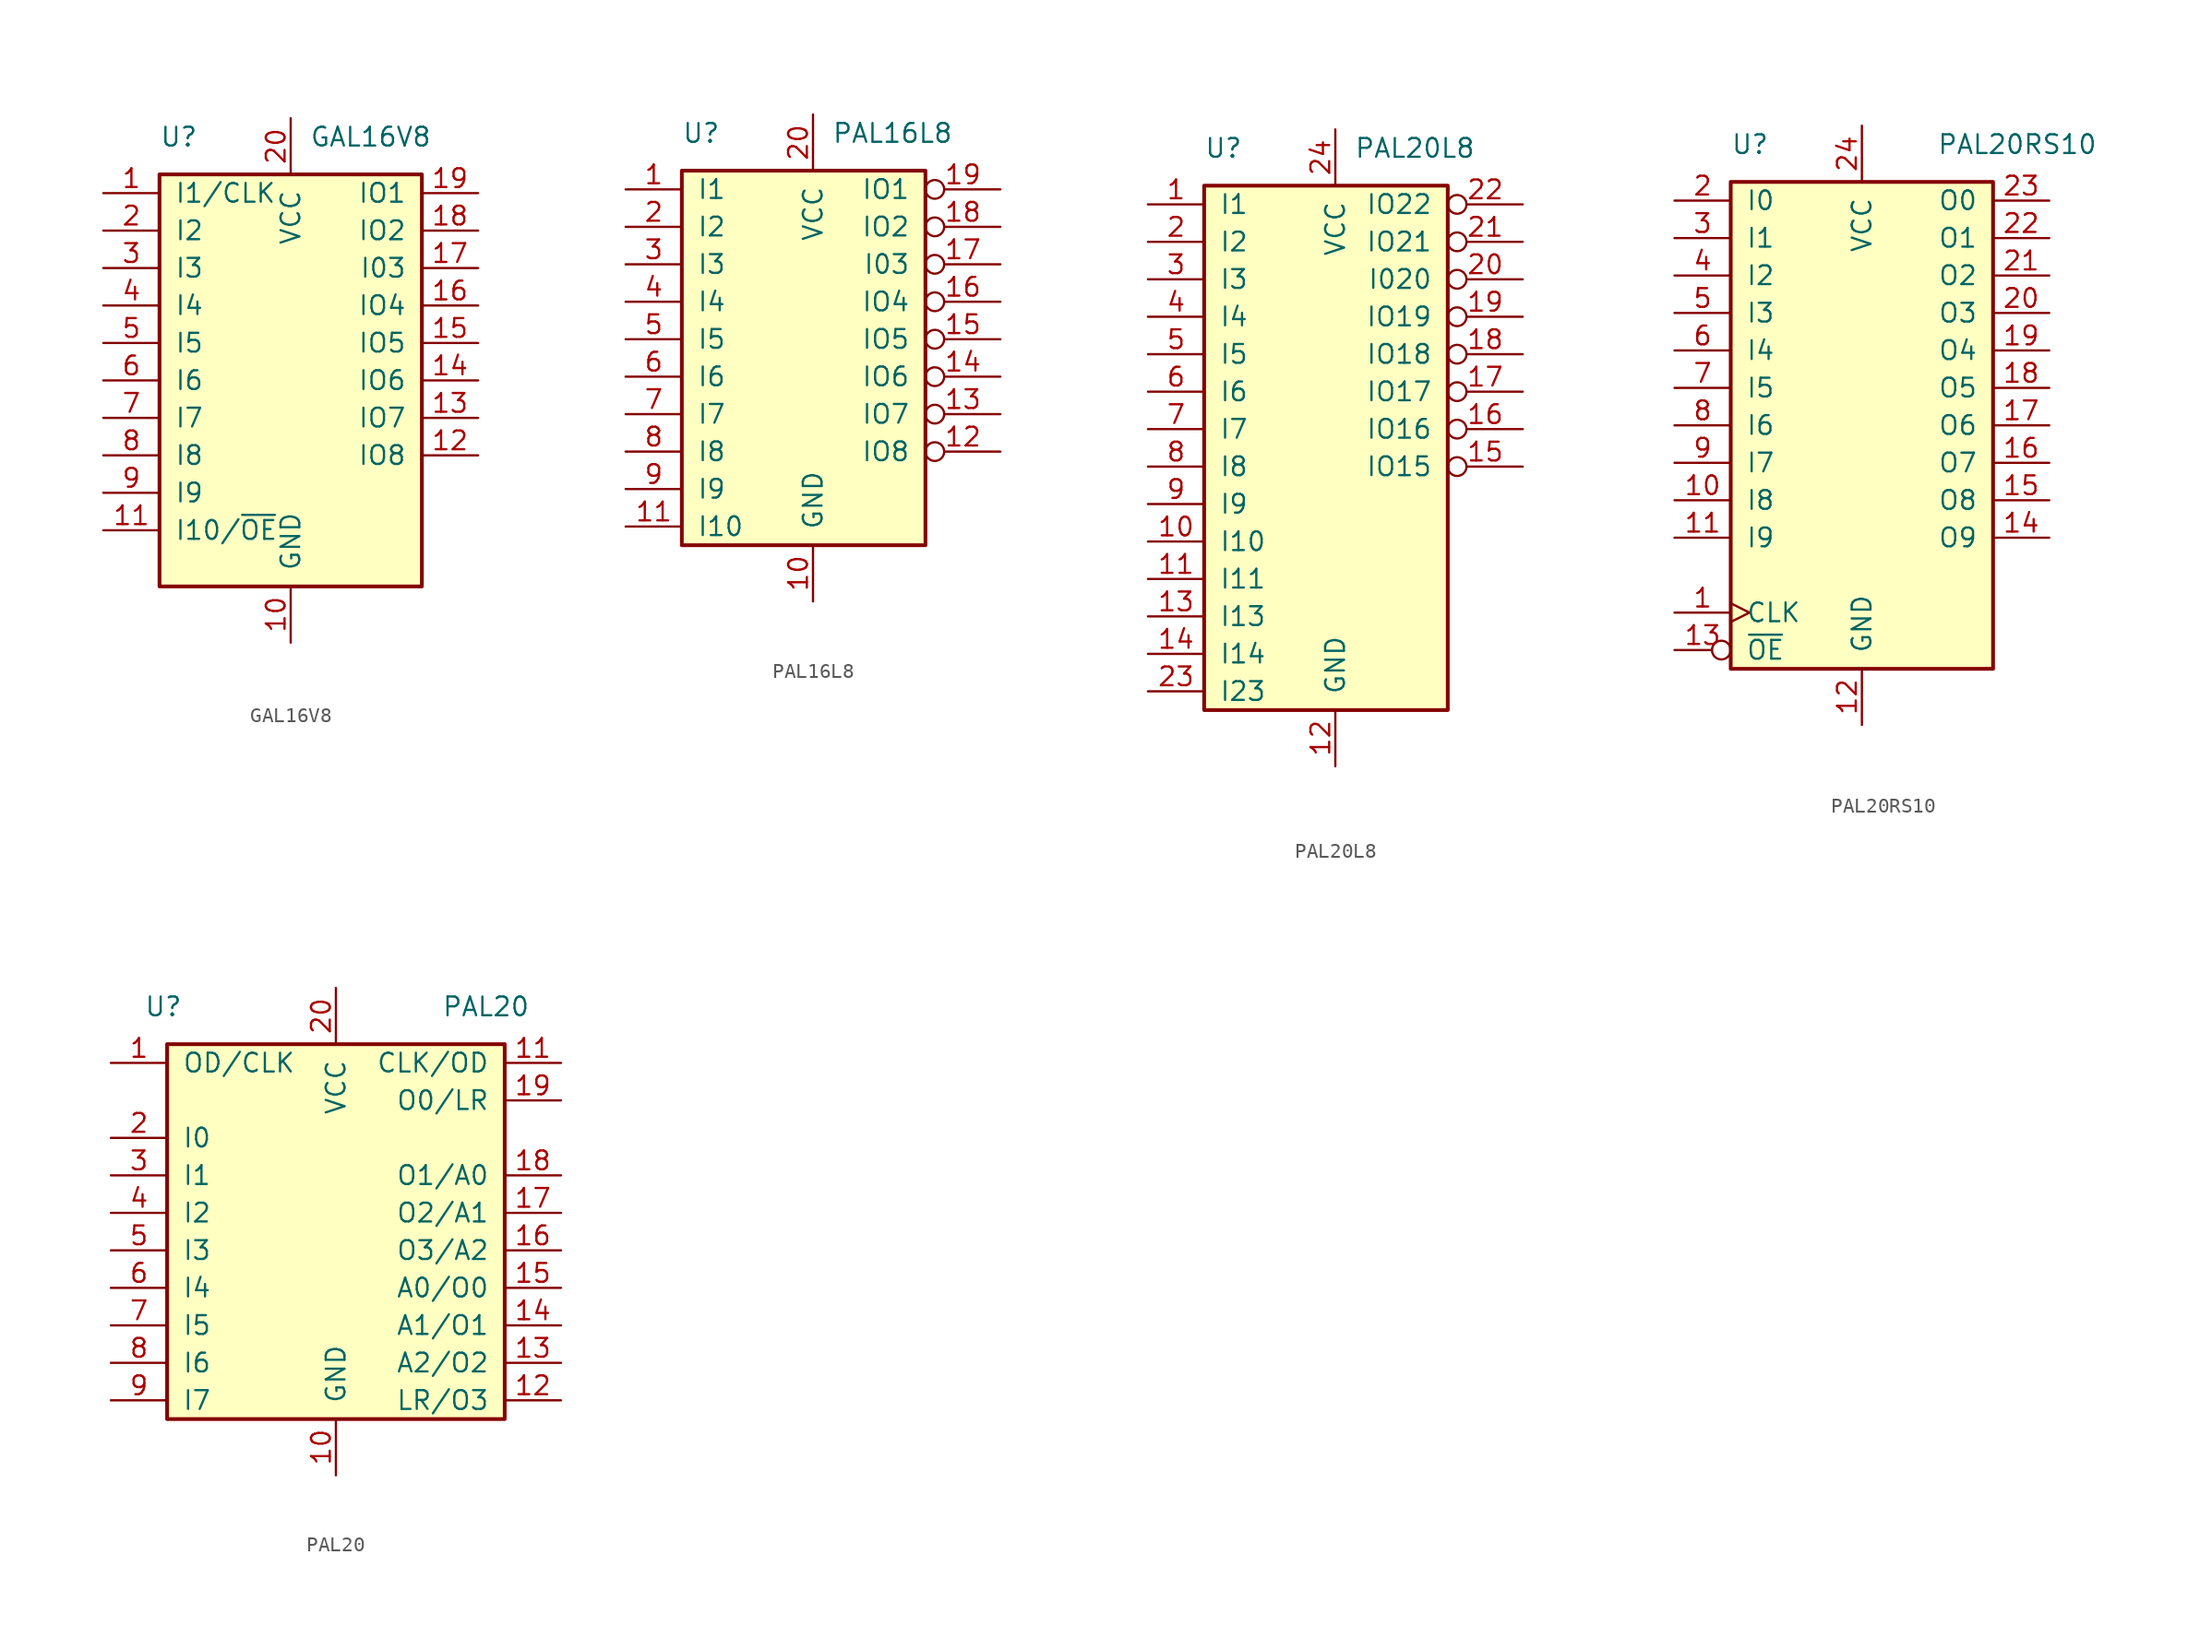
<source format=kicad_sym>
(kicad_symbol_lib
  (version 20241209)
  (generator "kicad_symbol_editor")
  (generator_version "9.0")
  (symbol "GAL16V8"
    (pin_names
      (offset 1.016))
    (property "Reference" "U"
      (at -8.89 16.51 0)
      (effects (font (size 1.27 1.27)) (justify left)))
    (property "Value" "GAL16V8"
      (at 1.27 16.51 0)
      (effects (font (size 1.27 1.27)) (justify left)))
    (symbol "GAL16V8_0_0"
      (pin power_in line (at 0 17.78 270) (length 3.81) (name "VCC" (effects (font (size 1.27 1.27)))) (number "20" (effects (font (size 1.27 1.27)))))
      (pin power_in line (at 0 -17.78 90) (length 3.81) (name "GND" (effects (font (size 1.27 1.27)))) (number "10" (effects (font (size 1.27 1.27))))))
    (symbol "GAL16V8_0_1"
      (rectangle (start -8.89 13.97) (end 8.89 -13.97) (stroke (width 0.254) (type default)) (fill (type background))))
    (symbol "GAL16V8_1_1"
      (pin input line (at -12.7 12.7 0) (length 3.81) (name "I1/CLK" (effects (font (size 1.27 1.27)))) (number "1" (effects (font (size 1.27 1.27)))))
      (pin input line (at -12.7 10.16 0) (length 3.81) (name "I2" (effects (font (size 1.27 1.27)))) (number "2" (effects (font (size 1.27 1.27)))))
      (pin input line (at -12.7 7.62 0) (length 3.81) (name "I3" (effects (font (size 1.27 1.27)))) (number "3" (effects (font (size 1.27 1.27)))))
      (pin input line (at -12.7 5.08 0) (length 3.81) (name "I4" (effects (font (size 1.27 1.27)))) (number "4" (effects (font (size 1.27 1.27)))))
      (pin input line (at -12.7 2.54 0) (length 3.81) (name "I5" (effects (font (size 1.27 1.27)))) (number "5" (effects (font (size 1.27 1.27)))))
      (pin input line (at -12.7 0 0) (length 3.81) (name "I6" (effects (font (size 1.27 1.27)))) (number "6" (effects (font (size 1.27 1.27)))))
      (pin input line (at -12.7 -2.54 0) (length 3.81) (name "I7" (effects (font (size 1.27 1.27)))) (number "7" (effects (font (size 1.27 1.27)))))
      (pin input line (at -12.7 -5.08 0) (length 3.81) (name "I8" (effects (font (size 1.27 1.27)))) (number "8" (effects (font (size 1.27 1.27)))))
      (pin input line (at -12.7 -7.62 0) (length 3.81) (name "I9" (effects (font (size 1.27 1.27)))) (number "9" (effects (font (size 1.27 1.27)))))
      (pin input line (at -12.7 -10.16 0) (length 3.81) (name "I10/~{OE}" (effects (font (size 1.27 1.27)))) (number "11" (effects (font (size 1.27 1.27)))))
      (pin tri_state line (at 12.7 12.7 180) (length 3.81) (name "IO1" (effects (font (size 1.27 1.27)))) (number "19" (effects (font (size 1.27 1.27)))))
      (pin tri_state line (at 12.7 10.16 180) (length 3.81) (name "IO2" (effects (font (size 1.27 1.27)))) (number "18" (effects (font (size 1.27 1.27)))))
      (pin tri_state line (at 12.7 7.62 180) (length 3.81) (name "I03" (effects (font (size 1.27 1.27)))) (number "17" (effects (font (size 1.27 1.27)))))
      (pin tri_state line (at 12.7 5.08 180) (length 3.81) (name "IO4" (effects (font (size 1.27 1.27)))) (number "16" (effects (font (size 1.27 1.27)))))
      (pin tri_state line (at 12.7 2.54 180) (length 3.81) (name "IO5" (effects (font (size 1.27 1.27)))) (number "15" (effects (font (size 1.27 1.27)))))
      (pin tri_state line (at 12.7 0 180) (length 3.81) (name "IO6" (effects (font (size 1.27 1.27)))) (number "14" (effects (font (size 1.27 1.27)))))
      (pin tri_state line (at 12.7 -2.54 180) (length 3.81) (name "IO7" (effects (font (size 1.27 1.27)))) (number "13" (effects (font (size 1.27 1.27)))))
      (pin tri_state line (at 12.7 -5.08 180) (length 3.81) (name "IO8" (effects (font (size 1.27 1.27)))) (number "12" (effects (font (size 1.27 1.27)))))))
  (symbol "PAL16L8"
    (pin_names
      (offset 1.016))
    (property "Reference" "U"
      (at -8.89 16.51 0)
      (effects (font (size 1.27 1.27)) (justify left)))
    (property "Value" "PAL16L8"
      (at 1.27 16.51 0)
      (effects (font (size 1.27 1.27)) (justify left)))
    (symbol "PAL16L8_0_0"
      (pin power_in line (at 0 17.78 270) (length 3.81) (name "VCC" (effects (font (size 1.27 1.27)))) (number "20" (effects (font (size 1.27 1.27)))))
      (pin power_in line (at 0 -15.24 90) (length 3.81) (name "GND" (effects (font (size 1.27 1.27)))) (number "10" (effects (font (size 1.27 1.27))))))
    (symbol "PAL16L8_0_1"
      (rectangle (start -8.89 13.97) (end 7.62 -11.43) (stroke (width 0.254) (type default)) (fill (type background))))
    (symbol "PAL16L8_1_1"
      (pin input line (at -12.7 12.7 0) (length 3.81) (name "I1" (effects (font (size 1.27 1.27)))) (number "1" (effects (font (size 1.27 1.27)))))
      (pin input line (at -12.7 10.16 0) (length 3.81) (name "I2" (effects (font (size 1.27 1.27)))) (number "2" (effects (font (size 1.27 1.27)))))
      (pin input line (at -12.7 7.62 0) (length 3.81) (name "I3" (effects (font (size 1.27 1.27)))) (number "3" (effects (font (size 1.27 1.27)))))
      (pin input line (at -12.7 5.08 0) (length 3.81) (name "I4" (effects (font (size 1.27 1.27)))) (number "4" (effects (font (size 1.27 1.27)))))
      (pin input line (at -12.7 2.54 0) (length 3.81) (name "I5" (effects (font (size 1.27 1.27)))) (number "5" (effects (font (size 1.27 1.27)))))
      (pin input line (at -12.7 0 0) (length 3.81) (name "I6" (effects (font (size 1.27 1.27)))) (number "6" (effects (font (size 1.27 1.27)))))
      (pin input line (at -12.7 -2.54 0) (length 3.81) (name "I7" (effects (font (size 1.27 1.27)))) (number "7" (effects (font (size 1.27 1.27)))))
      (pin input line (at -12.7 -5.08 0) (length 3.81) (name "I8" (effects (font (size 1.27 1.27)))) (number "8" (effects (font (size 1.27 1.27)))))
      (pin input line (at -12.7 -7.62 0) (length 3.81) (name "I9" (effects (font (size 1.27 1.27)))) (number "9" (effects (font (size 1.27 1.27)))))
      (pin input line (at -12.7 -10.16 0) (length 3.81) (name "I10" (effects (font (size 1.27 1.27)))) (number "11" (effects (font (size 1.27 1.27)))))
      (pin tri_state inverted (at 12.7 12.7 180) (length 5.08) (name "IO1" (effects (font (size 1.27 1.27)))) (number "19" (effects (font (size 1.27 1.27)))))
      (pin tri_state inverted (at 12.7 10.16 180) (length 5.08) (name "IO2" (effects (font (size 1.27 1.27)))) (number "18" (effects (font (size 1.27 1.27)))))
      (pin tri_state inverted (at 12.7 7.62 180) (length 5.08) (name "I03" (effects (font (size 1.27 1.27)))) (number "17" (effects (font (size 1.27 1.27)))))
      (pin tri_state inverted (at 12.7 5.08 180) (length 5.08) (name "IO4" (effects (font (size 1.27 1.27)))) (number "16" (effects (font (size 1.27 1.27)))))
      (pin tri_state inverted (at 12.7 2.54 180) (length 5.08) (name "IO5" (effects (font (size 1.27 1.27)))) (number "15" (effects (font (size 1.27 1.27)))))
      (pin tri_state inverted (at 12.7 0 180) (length 5.08) (name "IO6" (effects (font (size 1.27 1.27)))) (number "14" (effects (font (size 1.27 1.27)))))
      (pin tri_state inverted (at 12.7 -2.54 180) (length 5.08) (name "IO7" (effects (font (size 1.27 1.27)))) (number "13" (effects (font (size 1.27 1.27)))))
      (pin tri_state inverted (at 12.7 -5.08 180) (length 5.08) (name "IO8" (effects (font (size 1.27 1.27)))) (number "12" (effects (font (size 1.27 1.27)))))))
  (symbol "PAL20L8"
    (pin_names
      (offset 1.016))
    (property "Reference" "U"
      (at -8.89 21.59 0)
      (effects (font (size 1.27 1.27)) (justify left)))
    (property "Value" "PAL20L8"
      (at 1.27 21.59 0)
      (effects (font (size 1.27 1.27)) (justify left)))
    (symbol "PAL20L8_0_0"
      (pin power_in line (at 0 22.86 270) (length 3.81) (name "VCC" (effects (font (size 1.27 1.27)))) (number "24" (effects (font (size 1.27 1.27)))))
      (pin power_in line (at 0 -20.32 90) (length 3.81) (name "GND" (effects (font (size 1.27 1.27)))) (number "12" (effects (font (size 1.27 1.27))))))
    (symbol "PAL20L8_0_1"
      (rectangle (start -8.89 19.05) (end 7.62 -16.51) (stroke (width 0.254) (type default)) (fill (type background))))
    (symbol "PAL20L8_1_1"
      (pin input line (at -12.7 17.78 0) (length 3.81) (name "I1" (effects (font (size 1.27 1.27)))) (number "1" (effects (font (size 1.27 1.27)))))
      (pin input line (at -12.7 15.24 0) (length 3.81) (name "I2" (effects (font (size 1.27 1.27)))) (number "2" (effects (font (size 1.27 1.27)))))
      (pin input line (at -12.7 12.7 0) (length 3.81) (name "I3" (effects (font (size 1.27 1.27)))) (number "3" (effects (font (size 1.27 1.27)))))
      (pin input line (at -12.7 10.16 0) (length 3.81) (name "I4" (effects (font (size 1.27 1.27)))) (number "4" (effects (font (size 1.27 1.27)))))
      (pin input line (at -12.7 7.62 0) (length 3.81) (name "I5" (effects (font (size 1.27 1.27)))) (number "5" (effects (font (size 1.27 1.27)))))
      (pin input line (at -12.7 5.08 0) (length 3.81) (name "I6" (effects (font (size 1.27 1.27)))) (number "6" (effects (font (size 1.27 1.27)))))
      (pin input line (at -12.7 2.54 0) (length 3.81) (name "I7" (effects (font (size 1.27 1.27)))) (number "7" (effects (font (size 1.27 1.27)))))
      (pin input line (at -12.7 0 0) (length 3.81) (name "I8" (effects (font (size 1.27 1.27)))) (number "8" (effects (font (size 1.27 1.27)))))
      (pin input line (at -12.7 -2.54 0) (length 3.81) (name "I9" (effects (font (size 1.27 1.27)))) (number "9" (effects (font (size 1.27 1.27)))))
      (pin input line (at -12.7 -5.08 0) (length 3.81) (name "I10" (effects (font (size 1.27 1.27)))) (number "10" (effects (font (size 1.27 1.27)))))
      (pin input line (at -12.7 -7.62 0) (length 3.81) (name "I11" (effects (font (size 1.27 1.27)))) (number "11" (effects (font (size 1.27 1.27)))))
      (pin input line (at -12.7 -10.16 0) (length 3.81) (name "I13" (effects (font (size 1.27 1.27)))) (number "13" (effects (font (size 1.27 1.27)))))
      (pin input line (at -12.7 -12.7 0) (length 3.81) (name "I14" (effects (font (size 1.27 1.27)))) (number "14" (effects (font (size 1.27 1.27)))))
      (pin input line (at -12.7 -15.24 0) (length 3.81) (name "I23" (effects (font (size 1.27 1.27)))) (number "23" (effects (font (size 1.27 1.27)))))
      (pin tri_state inverted (at 12.7 17.78 180) (length 5.08) (name "IO22" (effects (font (size 1.27 1.27)))) (number "22" (effects (font (size 1.27 1.27)))))
      (pin tri_state inverted (at 12.7 15.24 180) (length 5.08) (name "IO21" (effects (font (size 1.27 1.27)))) (number "21" (effects (font (size 1.27 1.27)))))
      (pin tri_state inverted (at 12.7 12.7 180) (length 5.08) (name "I020" (effects (font (size 1.27 1.27)))) (number "20" (effects (font (size 1.27 1.27)))))
      (pin tri_state inverted (at 12.7 10.16 180) (length 5.08) (name "IO19" (effects (font (size 1.27 1.27)))) (number "19" (effects (font (size 1.27 1.27)))))
      (pin tri_state inverted (at 12.7 7.62 180) (length 5.08) (name "IO18" (effects (font (size 1.27 1.27)))) (number "18" (effects (font (size 1.27 1.27)))))
      (pin tri_state inverted (at 12.7 5.08 180) (length 5.08) (name "IO17" (effects (font (size 1.27 1.27)))) (number "17" (effects (font (size 1.27 1.27)))))
      (pin tri_state inverted (at 12.7 2.54 180) (length 5.08) (name "IO16" (effects (font (size 1.27 1.27)))) (number "16" (effects (font (size 1.27 1.27)))))
      (pin tri_state inverted (at 12.7 0 180) (length 5.08) (name "IO15" (effects (font (size 1.27 1.27)))) (number "15" (effects (font (size 1.27 1.27)))))))
  (symbol "PAL20RS10"
    (pin_names
      (offset 1.016))
    (property "Reference" "U"
      (at -8.89 19.05 0)
      (effects (font (size 1.27 1.27)) (justify left)))
    (property "Value" "PAL20RS10"
      (at 5.08 19.05 0)
      (effects (font (size 1.27 1.27)) (justify left)))
    (symbol "PAL20RS10_0_1"
      (rectangle (start -8.89 -16.51) (end 8.89 16.51) (stroke (width 0.254) (type default)) (fill (type background))))
    (symbol "PAL20RS10_1_1"
      (pin input line (at -12.7 15.24 0) (length 3.81) (name "I0" (effects (font (size 1.27 1.27)))) (number "2" (effects (font (size 1.27 1.27)))))
      (pin input line (at -12.7 12.7 0) (length 3.81) (name "I1" (effects (font (size 1.27 1.27)))) (number "3" (effects (font (size 1.27 1.27)))))
      (pin input line (at -12.7 10.16 0) (length 3.81) (name "I2" (effects (font (size 1.27 1.27)))) (number "4" (effects (font (size 1.27 1.27)))))
      (pin input line (at -12.7 7.62 0) (length 3.81) (name "I3" (effects (font (size 1.27 1.27)))) (number "5" (effects (font (size 1.27 1.27)))))
      (pin input line (at -12.7 5.08 0) (length 3.81) (name "I4" (effects (font (size 1.27 1.27)))) (number "6" (effects (font (size 1.27 1.27)))))
      (pin input line (at -12.7 2.54 0) (length 3.81) (name "I5" (effects (font (size 1.27 1.27)))) (number "7" (effects (font (size 1.27 1.27)))))
      (pin input line (at -12.7 0 0) (length 3.81) (name "I6" (effects (font (size 1.27 1.27)))) (number "8" (effects (font (size 1.27 1.27)))))
      (pin input line (at -12.7 -2.54 0) (length 3.81) (name "I7" (effects (font (size 1.27 1.27)))) (number "9" (effects (font (size 1.27 1.27)))))
      (pin input line (at -12.7 -5.08 0) (length 3.81) (name "I8" (effects (font (size 1.27 1.27)))) (number "10" (effects (font (size 1.27 1.27)))))
      (pin input line (at -12.7 -7.62 0) (length 3.81) (name "I9" (effects (font (size 1.27 1.27)))) (number "11" (effects (font (size 1.27 1.27)))))
      (pin input clock (at -12.7 -12.7 0) (length 3.81) (name "CLK" (effects (font (size 1.27 1.27)))) (number "1" (effects (font (size 1.27 1.27)))))
      (pin input inverted (at -12.7 -15.24 0) (length 3.81) (name "~{OE}" (effects (font (size 1.27 1.27)))) (number "13" (effects (font (size 1.27 1.27)))))
      (pin power_in line (at 0 20.32 270) (length 3.81) (name "VCC" (effects (font (size 1.27 1.27)))) (number "24" (effects (font (size 1.27 1.27)))))
      (pin power_in line (at 0 -20.32 90) (length 3.81) (name "GND" (effects (font (size 1.27 1.27)))) (number "12" (effects (font (size 1.27 1.27)))))
      (pin output line (at 12.7 15.24 180) (length 3.81) (name "O0" (effects (font (size 1.27 1.27)))) (number "23" (effects (font (size 1.27 1.27)))))
      (pin output line (at 12.7 12.7 180) (length 3.81) (name "O1" (effects (font (size 1.27 1.27)))) (number "22" (effects (font (size 1.27 1.27)))))
      (pin output line (at 12.7 10.16 180) (length 3.81) (name "O2" (effects (font (size 1.27 1.27)))) (number "21" (effects (font (size 1.27 1.27)))))
      (pin output line (at 12.7 7.62 180) (length 3.81) (name "O3" (effects (font (size 1.27 1.27)))) (number "20" (effects (font (size 1.27 1.27)))))
      (pin output line (at 12.7 5.08 180) (length 3.81) (name "O4" (effects (font (size 1.27 1.27)))) (number "19" (effects (font (size 1.27 1.27)))))
      (pin output line (at 12.7 2.54 180) (length 3.81) (name "O5" (effects (font (size 1.27 1.27)))) (number "18" (effects (font (size 1.27 1.27)))))
      (pin output line (at 12.7 0 180) (length 3.81) (name "O6" (effects (font (size 1.27 1.27)))) (number "17" (effects (font (size 1.27 1.27)))))
      (pin output line (at 12.7 -2.54 180) (length 3.81) (name "O7" (effects (font (size 1.27 1.27)))) (number "16" (effects (font (size 1.27 1.27)))))
      (pin output line (at 12.7 -5.08 180) (length 3.81) (name "O8" (effects (font (size 1.27 1.27)))) (number "15" (effects (font (size 1.27 1.27)))))
      (pin output line (at 12.7 -7.62 180) (length 3.81) (name "O9" (effects (font (size 1.27 1.27)))) (number "14" (effects (font (size 1.27 1.27)))))))
  (symbol "PAL20"
    (pin_names
      (offset 1.016))
    (property "Reference" "U"
      (at -11.684 16.51 0)
      (effects (font (size 1.27 1.27))))
    (property "Value" "PAL20"
      (at 10.16 16.51 0)
      (effects (font (size 1.27 1.27))))
    (symbol "PAL20_0_1"
      (rectangle (start -11.43 -11.43) (end 11.43 13.97) (stroke (width 0.254) (type default)) (fill (type background))))
    (symbol "PAL20_1_1"
      (pin passive line (at -15.24 12.7 0) (length 3.81) (name "OD/CLK" (effects (font (size 1.27 1.27)))) (number "1" (effects (font (size 1.27 1.27)))))
      (pin passive line (at -15.24 7.62 0) (length 3.81) (name "I0" (effects (font (size 1.27 1.27)))) (number "2" (effects (font (size 1.27 1.27)))))
      (pin passive line (at -15.24 5.08 0) (length 3.81) (name "I1" (effects (font (size 1.27 1.27)))) (number "3" (effects (font (size 1.27 1.27)))))
      (pin passive line (at -15.24 2.54 0) (length 3.81) (name "I2" (effects (font (size 1.27 1.27)))) (number "4" (effects (font (size 1.27 1.27)))))
      (pin passive line (at -15.24 0 0) (length 3.81) (name "I3" (effects (font (size 1.27 1.27)))) (number "5" (effects (font (size 1.27 1.27)))))
      (pin passive line (at -15.24 -2.54 0) (length 3.81) (name "I4" (effects (font (size 1.27 1.27)))) (number "6" (effects (font (size 1.27 1.27)))))
      (pin passive line (at -15.24 -5.08 0) (length 3.81) (name "I5" (effects (font (size 1.27 1.27)))) (number "7" (effects (font (size 1.27 1.27)))))
      (pin passive line (at -15.24 -7.62 0) (length 3.81) (name "I6" (effects (font (size 1.27 1.27)))) (number "8" (effects (font (size 1.27 1.27)))))
      (pin passive line (at -15.24 -10.16 0) (length 3.81) (name "I7" (effects (font (size 1.27 1.27)))) (number "9" (effects (font (size 1.27 1.27)))))
      (pin passive line (at 0 17.78 270) (length 3.81) (name "VCC" (effects (font (size 1.27 1.27)))) (number "20" (effects (font (size 1.27 1.27)))))
      (pin passive line (at 0 -15.24 90) (length 3.81) (name "GND" (effects (font (size 1.27 1.27)))) (number "10" (effects (font (size 1.27 1.27)))))
      (pin passive line (at 15.24 12.7 180) (length 3.81) (name "CLK/OD" (effects (font (size 1.27 1.27)))) (number "11" (effects (font (size 1.27 1.27)))))
      (pin passive line (at 15.24 10.16 180) (length 3.81) (name "O0/LR" (effects (font (size 1.27 1.27)))) (number "19" (effects (font (size 1.27 1.27)))))
      (pin passive line (at 15.24 5.08 180) (length 3.81) (name "O1/A0" (effects (font (size 1.27 1.27)))) (number "18" (effects (font (size 1.27 1.27)))))
      (pin passive line (at 15.24 2.54 180) (length 3.81) (name "O2/A1" (effects (font (size 1.27 1.27)))) (number "17" (effects (font (size 1.27 1.27)))))
      (pin passive line (at 15.24 0 180) (length 3.81) (name "O3/A2" (effects (font (size 1.27 1.27)))) (number "16" (effects (font (size 1.27 1.27)))))
      (pin passive line (at 15.24 -2.54 180) (length 3.81) (name "A0/O0" (effects (font (size 1.27 1.27)))) (number "15" (effects (font (size 1.27 1.27)))))
      (pin passive line (at 15.24 -5.08 180) (length 3.81) (name "A1/O1" (effects (font (size 1.27 1.27)))) (number "14" (effects (font (size 1.27 1.27)))))
      (pin passive line (at 15.24 -7.62 180) (length 3.81) (name "A2/O2" (effects (font (size 1.27 1.27)))) (number "13" (effects (font (size 1.27 1.27)))))
      (pin passive line (at 15.24 -10.16 180) (length 3.81) (name "LR/O3" (effects (font (size 1.27 1.27)))) (number "12" (effects (font (size 1.27 1.27))))))))
</source>
